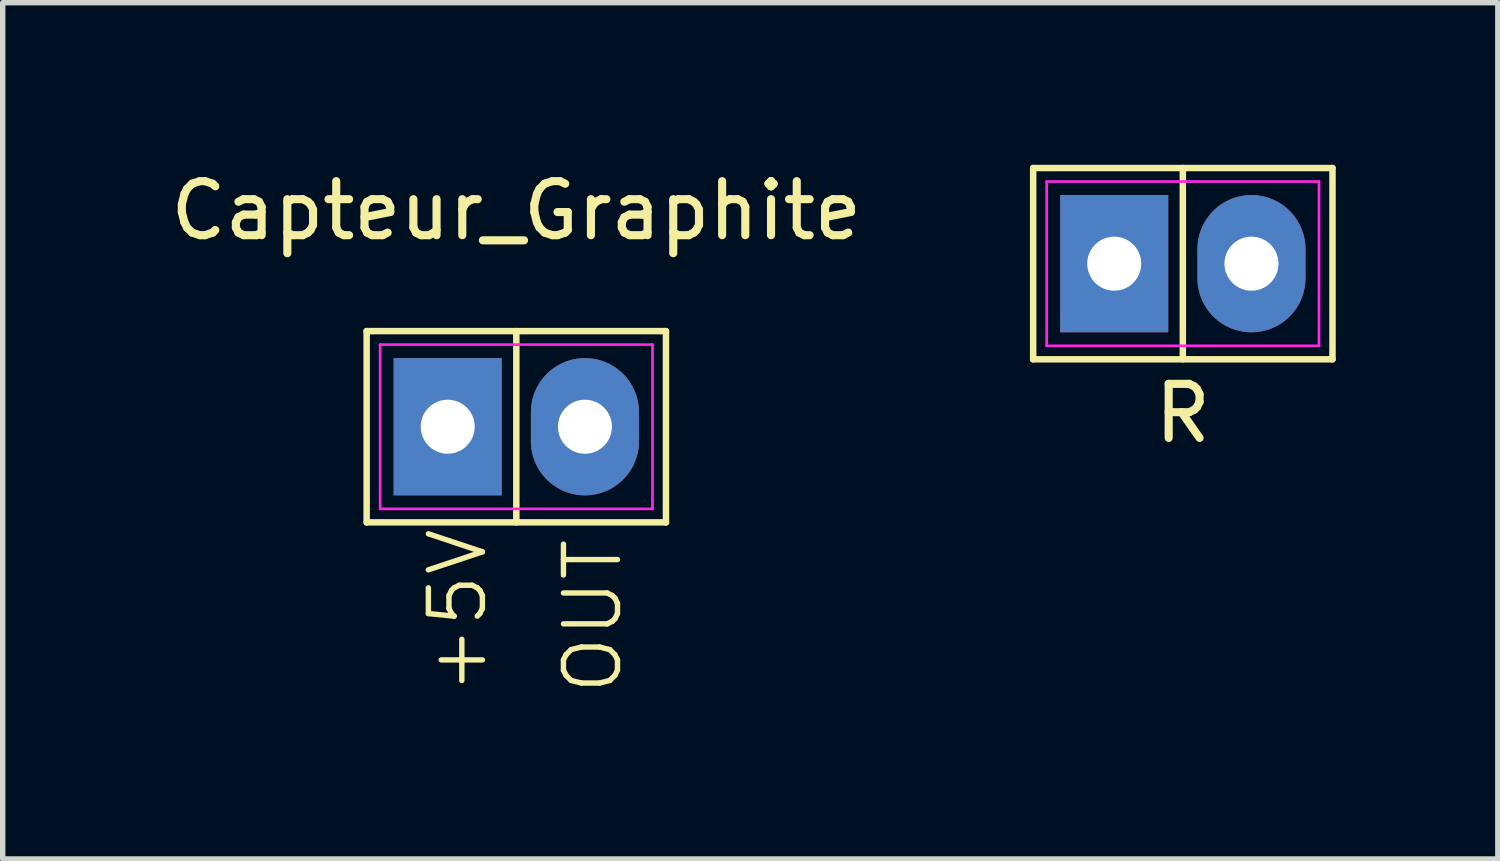
<source format=kicad_pcb>
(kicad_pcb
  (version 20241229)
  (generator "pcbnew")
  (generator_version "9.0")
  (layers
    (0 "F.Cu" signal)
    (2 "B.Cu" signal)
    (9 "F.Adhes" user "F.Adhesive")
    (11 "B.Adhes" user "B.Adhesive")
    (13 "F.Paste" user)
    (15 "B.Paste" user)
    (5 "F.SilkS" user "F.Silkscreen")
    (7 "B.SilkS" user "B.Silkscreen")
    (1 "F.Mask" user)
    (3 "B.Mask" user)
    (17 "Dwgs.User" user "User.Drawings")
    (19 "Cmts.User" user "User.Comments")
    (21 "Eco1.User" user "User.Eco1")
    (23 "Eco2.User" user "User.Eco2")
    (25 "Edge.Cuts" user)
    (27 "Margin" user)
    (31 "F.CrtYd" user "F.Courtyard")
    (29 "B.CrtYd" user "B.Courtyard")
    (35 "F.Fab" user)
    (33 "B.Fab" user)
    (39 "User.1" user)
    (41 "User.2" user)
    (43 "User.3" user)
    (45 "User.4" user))
  (footprint "Capteur_Graphite"
    (layer "F.Cu")
    (at 6.506 4.848)
    (property "Reference" "Capteur_Graphite" (at 0 -4 0) (layer "F.SilkS") (effects (font (size 1 1) (thickness 0.15))))
    (attr through_hole)
    (fp_line (start -2.77 -1.77) (end 2.77 -1.77) (stroke (width 0.12) (type default)) (layer "F.SilkS"))
    (fp_line (start -2.77 1.77) (end -2.77 -1.77) (stroke (width 0.12) (type default)) (layer "F.SilkS"))
    (fp_line (start 0 -1.77) (end 0 1.77) (stroke (width 0.12) (type default)) (layer "F.SilkS"))
    (fp_line (start 2.77 -1.77) (end 2.77 1.77) (stroke (width 0.12) (type default)) (layer "F.SilkS"))
    (fp_line (start 2.77 1.77) (end -2.77 1.77) (stroke (width 0.12) (type default)) (layer "F.SilkS"))
    (fp_line (start -2.52 -1.52) (end 2.52 -1.52) (stroke (width 0.05) (type default)) (layer "F.CrtYd"))
    (fp_line (start -2.52 1.52) (end -2.52 -1.52) (stroke (width 0.05) (type default)) (layer "F.CrtYd"))
    (fp_line (start 2.52 -1.52) (end 2.52 1.52) (stroke (width 0.05) (type default)) (layer "F.CrtYd"))
    (fp_line (start 2.52 1.52) (end -2.52 1.52) (stroke (width 0.05) (type default)) (layer "F.CrtYd"))
    (fp_text user "+5V" (at -0.5 5 90) (unlocked yes) (layer "F.SilkS") (effects (font (size 1 1) (thickness 0.1)) (justify left bottom)))
    (fp_text user "OUT" (at 2 5 90) (unlocked yes) (layer "F.SilkS") (effects (font (size 1 1) (thickness 0.1)) (justify left bottom)))
    (pad "1" thru_hole rect (at -1.27 0) (size 2 2.54) (drill 1) (layers "*.Cu" "*.Mask"))
    (pad "2" thru_hole oval (at 1.27 0) (size 2 2.54) (drill 1) (layers "*.Cu" "*.Mask")))
  (footprint "R"
    (layer "F.Cu")
    (at 18.842 1.83)
    (property "Reference" "R" (at 0 2.77 0) (layer "F.SilkS") (effects (font (size 1 1) (thickness 0.15))))
    (attr through_hole)
    (fp_line (start -2.77 -1.77) (end 2.77 -1.77) (stroke (width 0.12) (type default)) (layer "F.SilkS"))
    (fp_line (start -2.77 1.77) (end -2.77 -1.77) (stroke (width 0.12) (type default)) (layer "F.SilkS"))
    (fp_line (start 0 -1.77) (end 0 1.77) (stroke (width 0.12) (type default)) (layer "F.SilkS"))
    (fp_line (start 2.77 -1.77) (end 2.77 1.77) (stroke (width 0.12) (type default)) (layer "F.SilkS"))
    (fp_line (start 2.77 1.77) (end -2.77 1.77) (stroke (width 0.12) (type default)) (layer "F.SilkS"))
    (fp_line (start -2.52 -1.52) (end 2.52 -1.52) (stroke (width 0.05) (type default)) (layer "F.CrtYd"))
    (fp_line (start -2.52 1.52) (end -2.52 -1.52) (stroke (width 0.05) (type default)) (layer "F.CrtYd"))
    (fp_line (start 2.52 -1.52) (end 2.52 1.52) (stroke (width 0.05) (type default)) (layer "F.CrtYd"))
    (fp_line (start 2.52 1.52) (end -2.52 1.52) (stroke (width 0.05) (type default)) (layer "F.CrtYd"))
    (pad "1" thru_hole rect (at -1.27 0) (size 2 2.54) (drill 1) (layers "*.Cu" "*.Mask"))
    (pad "2" thru_hole oval (at 1.27 0) (size 2 2.54) (drill 1) (layers "*.Cu" "*.Mask")))
  (gr_rect
    (start -3 -3)
    (end 24.672 12.848)
    (stroke (width 0.1) (type default))
    (fill no)
    (layer "Edge.Cuts")))
</source>
